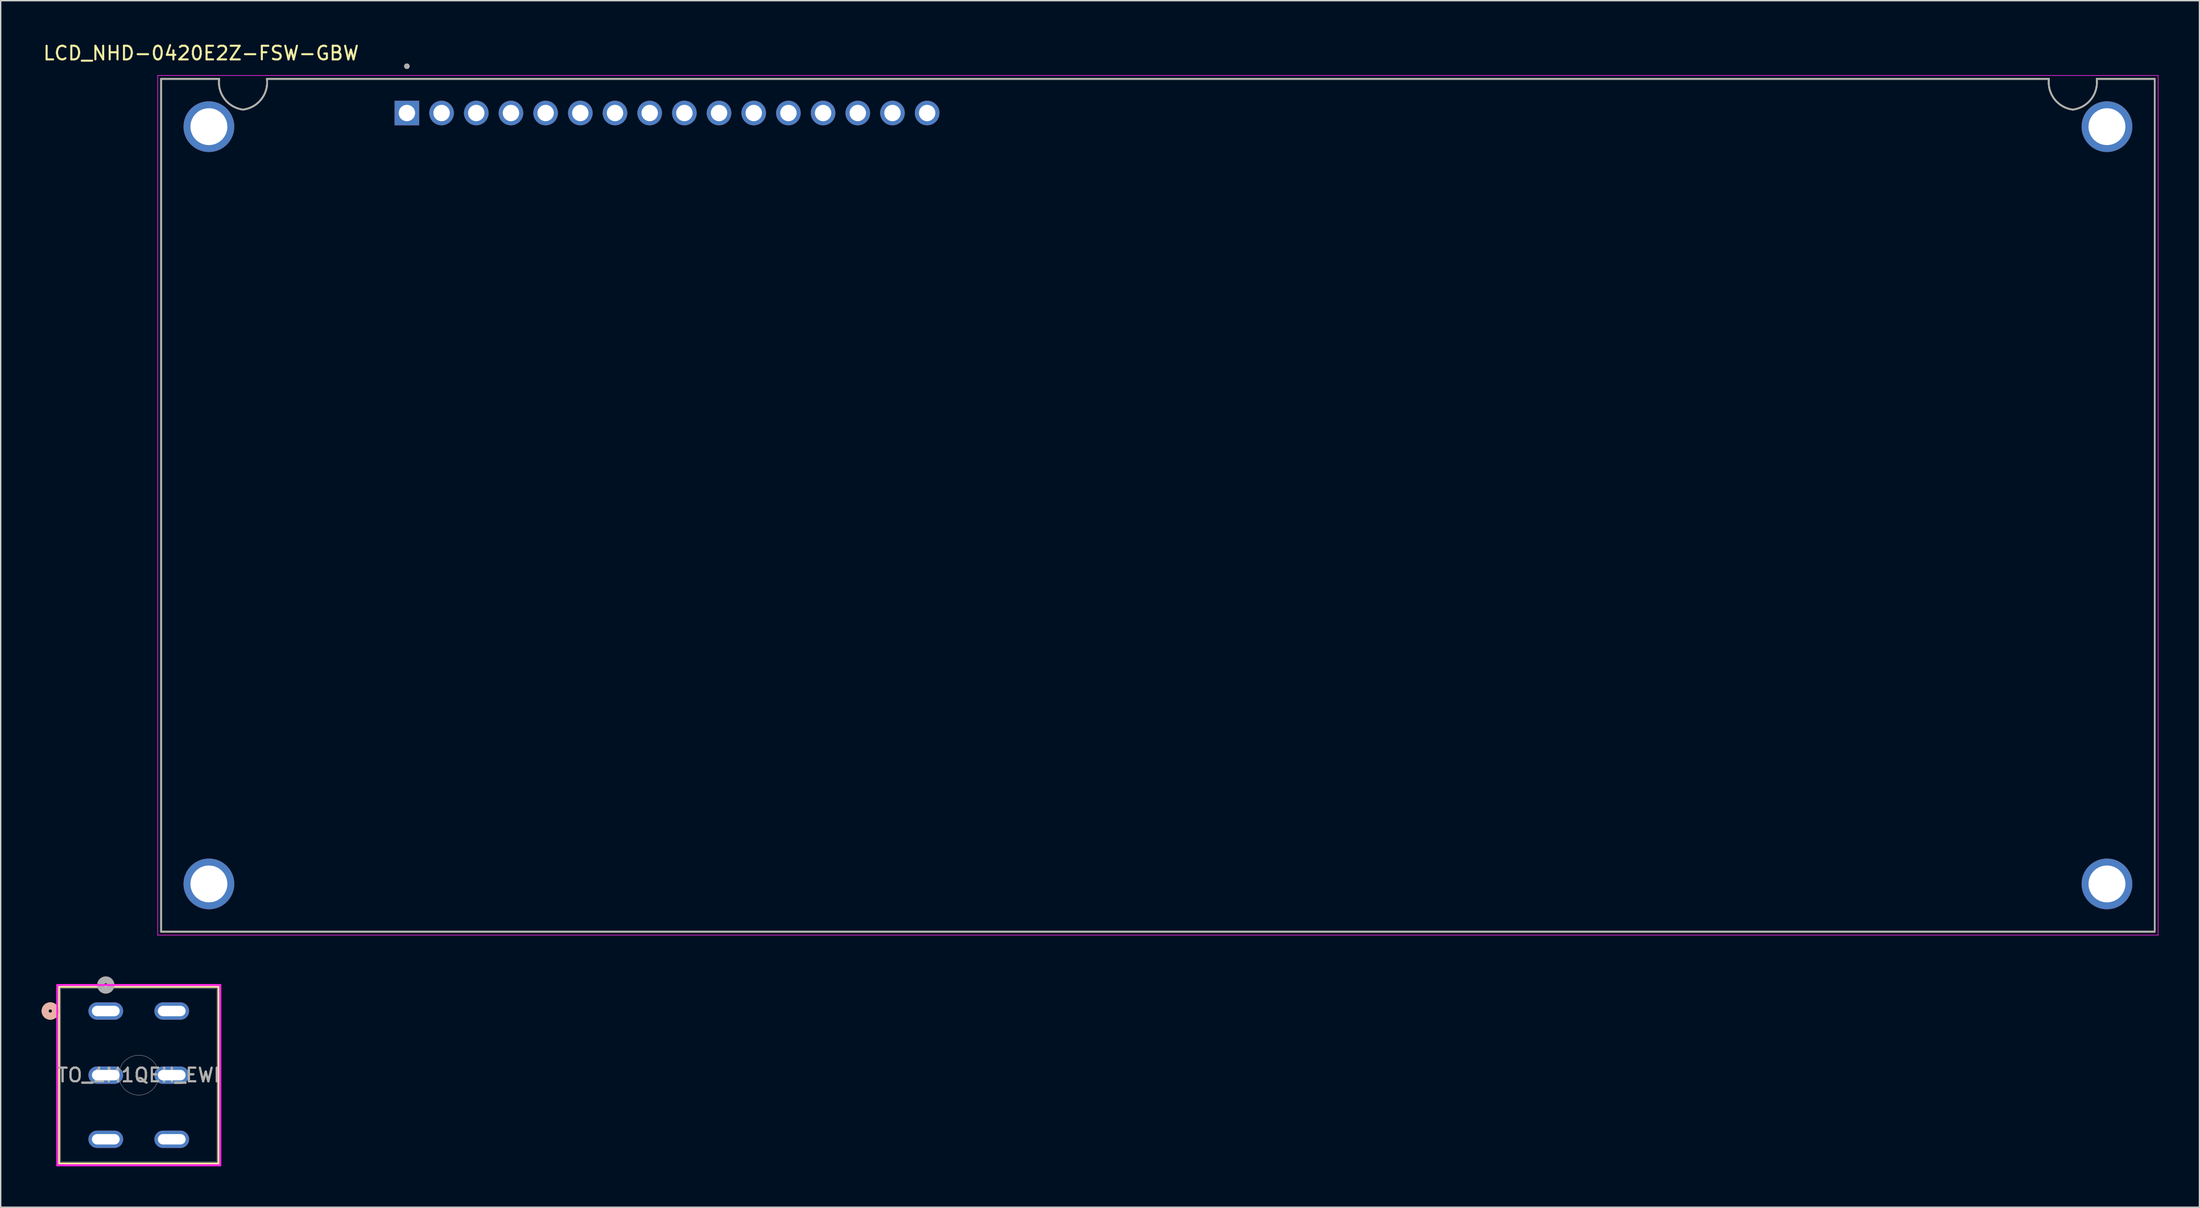
<source format=kicad_pcb>
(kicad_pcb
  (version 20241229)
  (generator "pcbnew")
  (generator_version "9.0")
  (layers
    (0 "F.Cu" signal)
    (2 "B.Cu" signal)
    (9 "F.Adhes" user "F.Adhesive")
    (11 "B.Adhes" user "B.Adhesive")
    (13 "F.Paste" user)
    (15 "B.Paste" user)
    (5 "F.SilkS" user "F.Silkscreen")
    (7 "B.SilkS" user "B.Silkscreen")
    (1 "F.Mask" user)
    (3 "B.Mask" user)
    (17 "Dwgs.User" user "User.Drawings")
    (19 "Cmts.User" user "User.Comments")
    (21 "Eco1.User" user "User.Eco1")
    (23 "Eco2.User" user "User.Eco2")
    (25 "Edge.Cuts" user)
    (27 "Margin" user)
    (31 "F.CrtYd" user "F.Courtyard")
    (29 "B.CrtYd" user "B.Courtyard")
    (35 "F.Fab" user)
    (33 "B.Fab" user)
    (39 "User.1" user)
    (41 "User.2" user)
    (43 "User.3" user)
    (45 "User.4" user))
  (footprint "LCD_NHD-0420E2Z-FSW-GBW"
    (layer "F.Cu")
    (at 81.748 33.983)
    (property "Reference" "LCD_NHD-0420E2Z-FSW-GBW" (at -70.075 -33.135 0) (layer "F.SilkS") (effects (font (size 1 1) (thickness 0.15))))
    (attr through_hole)
    (fp_line (start -73 -31.25) (end -68.75 -31.25) (stroke (width 0.127) (type solid)) (layer "F.SilkS"))
    (fp_line (start -73 31.25) (end -73 -31.25) (stroke (width 0.127) (type solid)) (layer "F.SilkS"))
    (fp_line (start -65.25 -31.25) (end 65.25 -31.25) (stroke (width 0.127) (type solid)) (layer "F.SilkS"))
    (fp_line (start 68.75 -31.25) (end 73 -31.25) (stroke (width 0.127) (type solid)) (layer "F.SilkS"))
    (fp_line (start 73 -31.25) (end 73 31.25) (stroke (width 0.127) (type solid)) (layer "F.SilkS"))
    (fp_line (start 73 31.25) (end -73 31.25) (stroke (width 0.127) (type solid)) (layer "F.SilkS"))
    (fp_arc (start -67 -29) (mid -68.34099 -29.762563) (end -68.75 -31.25) (stroke (width 0.127) (type solid)) (layer "F.SilkS"))
    (fp_arc (start -65.25 -31.25) (mid -65.65901 -29.762563) (end -67 -29) (stroke (width 0.127) (type solid)) (layer "F.SilkS"))
    (fp_arc (start 67 -29) (mid 65.65901 -29.762563) (end 65.25 -31.25) (stroke (width 0.127) (type solid)) (layer "F.SilkS"))
    (fp_arc (start 68.75 -31.25) (mid 68.34099 -29.762563) (end 67 -29) (stroke (width 0.127) (type solid)) (layer "F.SilkS"))
    (fp_circle (center -55 -32.179) (end -54.9 -32.179) (stroke (width 0.2) (type solid)) (fill no) (layer "F.SilkS"))
    (fp_line (start -73.25 -31.5) (end -73.25 31.5) (stroke (width 0.05) (type solid)) (layer "F.CrtYd"))
    (fp_line (start -73.25 31.5) (end 73.25 31.5) (stroke (width 0.05) (type solid)) (layer "F.CrtYd"))
    (fp_line (start 73.25 -31.5) (end -73.25 -31.5) (stroke (width 0.05) (type solid)) (layer "F.CrtYd"))
    (fp_line (start 73.25 31.5) (end 73.25 -31.5) (stroke (width 0.05) (type solid)) (layer "F.CrtYd"))
    (fp_line (start -73 -31.25) (end -68.75 -31.25) (stroke (width 0.127) (type solid)) (layer "F.Fab"))
    (fp_line (start -73 31.25) (end -73 -31.25) (stroke (width 0.127) (type solid)) (layer "F.Fab"))
    (fp_line (start -65.25 -31.25) (end 65.25 -31.25) (stroke (width 0.127) (type solid)) (layer "F.Fab"))
    (fp_line (start 68.75 -31.25) (end 73 -31.25) (stroke (width 0.127) (type solid)) (layer "F.Fab"))
    (fp_line (start 73 -31.25) (end 73 31.25) (stroke (width 0.127) (type solid)) (layer "F.Fab"))
    (fp_line (start 73 31.25) (end -73 31.25) (stroke (width 0.127) (type solid)) (layer "F.Fab"))
    (fp_arc (start -67 -29) (mid -68.34099 -29.762563) (end -68.75 -31.25) (stroke (width 0.127) (type solid)) (layer "F.Fab"))
    (fp_arc (start -65.25 -31.25) (mid -65.65901 -29.762563) (end -67 -29) (stroke (width 0.127) (type solid)) (layer "F.Fab"))
    (fp_arc (start 67 -29) (mid 65.65901 -29.762563) (end 65.25 -31.25) (stroke (width 0.127) (type solid)) (layer "F.Fab"))
    (fp_arc (start 68.75 -31.25) (mid 68.34099 -29.762563) (end 67 -29) (stroke (width 0.127) (type solid)) (layer "F.Fab"))
    (fp_circle (center -55 -32.179) (end -54.9 -32.179) (stroke (width 0.2) (type solid)) (fill no) (layer "F.Fab"))
    (pad "1" thru_hole rect (at -55 -28.75) (size 1.8 1.8) (drill 1.2) (layers "*.Cu" "*.Mask"))
    (pad "2" thru_hole circle (at -52.46 -28.75) (size 1.8 1.8) (drill 1.2) (layers "*.Cu" "*.Mask"))
    (pad "3" thru_hole circle (at -49.92 -28.75) (size 1.8 1.8) (drill 1.2) (layers "*.Cu" "*.Mask"))
    (pad "4" thru_hole circle (at -47.38 -28.75) (size 1.8 1.8) (drill 1.2) (layers "*.Cu" "*.Mask"))
    (pad "5" thru_hole circle (at -44.84 -28.75) (size 1.8 1.8) (drill 1.2) (layers "*.Cu" "*.Mask"))
    (pad "6" thru_hole circle (at -42.3 -28.75) (size 1.8 1.8) (drill 1.2) (layers "*.Cu" "*.Mask"))
    (pad "7" thru_hole circle (at -39.76 -28.75) (size 1.8 1.8) (drill 1.2) (layers "*.Cu" "*.Mask"))
    (pad "8" thru_hole circle (at -37.22 -28.75) (size 1.8 1.8) (drill 1.2) (layers "*.Cu" "*.Mask"))
    (pad "9" thru_hole circle (at -34.68 -28.75) (size 1.8 1.8) (drill 1.2) (layers "*.Cu" "*.Mask"))
    (pad "10" thru_hole circle (at -32.14 -28.75) (size 1.8 1.8) (drill 1.2) (layers "*.Cu" "*.Mask"))
    (pad "11" thru_hole circle (at -29.6 -28.75) (size 1.8 1.8) (drill 1.2) (layers "*.Cu" "*.Mask"))
    (pad "12" thru_hole circle (at -27.06 -28.75) (size 1.8 1.8) (drill 1.2) (layers "*.Cu" "*.Mask"))
    (pad "13" thru_hole circle (at -24.52 -28.75) (size 1.8 1.8) (drill 1.2) (layers "*.Cu" "*.Mask"))
    (pad "14" thru_hole circle (at -21.98 -28.75) (size 1.8 1.8) (drill 1.2) (layers "*.Cu" "*.Mask"))
    (pad "15" thru_hole circle (at -19.44 -28.75) (size 1.8 1.8) (drill 1.2) (layers "*.Cu" "*.Mask"))
    (pad "16" thru_hole circle (at -16.9 -28.75) (size 1.8 1.8) (drill 1.2) (layers "*.Cu" "*.Mask"))
    (pad "SH1" thru_hole circle (at -69.5 -27.75) (size 3.716 3.716) (drill 2.7) (layers "*.Cu" "*.Mask"))
    (pad "SH2" thru_hole circle (at 69.5 -27.75) (size 3.716 3.716) (drill 2.7) (layers "*.Cu" "*.Mask"))
    (pad "SH3" thru_hole circle (at -69.5 27.75) (size 3.716 3.716) (drill 2.7) (layers "*.Cu" "*.Mask"))
    (pad "SH4" thru_hole circle (at 69.5 27.75) (size 3.716 3.716) (drill 2.7) (layers "*.Cu" "*.Mask")))
  (footprint "TO_1M1QEH_EWI"
    (layer "F.Cu")
    (at 4.697 71.048)
    (property "Reference" "TO_1M1QEH_EWI" (at 2.415 4.7 0) (unlocked yes) (layer "F.SilkS") (effects (font (size 1 1) (thickness 0.15))))
    (attr through_hole)
    (fp_line (start -3.427 -1.777) (end -3.427 11.177) (stroke (width 0.152) (type solid)) (layer "F.SilkS"))
    (fp_line (start -3.427 11.177) (end 8.257 11.177) (stroke (width 0.152) (type solid)) (layer "F.SilkS"))
    (fp_line (start 8.257 -1.777) (end -3.427 -1.777) (stroke (width 0.152) (type solid)) (layer "F.SilkS"))
    (fp_line (start 8.257 11.177) (end 8.257 -1.777) (stroke (width 0.152) (type solid)) (layer "F.SilkS"))
    (fp_circle (center -4.062 0) (end -3.681 0) (stroke (width 0.508) (type solid)) (fill no) (layer "F.SilkS"))
    (fp_circle (center -4.062 0) (end -3.681 0) (stroke (width 0.508) (type solid)) (fill no) (layer "B.SilkS"))
    (fp_line (start -3.554 -1.904) (end -3.554 11.304) (stroke (width 0.152) (type solid)) (layer "F.CrtYd"))
    (fp_line (start -3.554 11.304) (end 8.384 11.304) (stroke (width 0.152) (type solid)) (layer "F.CrtYd"))
    (fp_line (start 8.384 -1.904) (end -3.554 -1.904) (stroke (width 0.152) (type solid)) (layer "F.CrtYd"))
    (fp_line (start 8.384 11.304) (end 8.384 -1.904) (stroke (width 0.152) (type solid)) (layer "F.CrtYd"))
    (fp_line (start -3.3 -1.65) (end -3.3 11.05) (stroke (width 0.025) (type solid)) (layer "F.Fab"))
    (fp_line (start -3.3 11.05) (end 8.13 11.05) (stroke (width 0.025) (type solid)) (layer "F.Fab"))
    (fp_line (start 8.13 -1.65) (end -3.3 -1.65) (stroke (width 0.025) (type solid)) (layer "F.Fab"))
    (fp_line (start 8.13 11.05) (end 8.13 -1.65) (stroke (width 0.025) (type solid)) (layer "F.Fab"))
    (fp_circle (center 0 -1.905) (end 0.381 -1.905) (stroke (width 0.508) (type solid)) (fill no) (layer "F.Fab"))
    (fp_circle (center 2.415 4.7) (end 0.955 4.7) (stroke (width 0.025) (type solid)) (fill no) (layer "F.Fab"))
    (fp_text user "${REFERENCE}" (at 2.415 4.7 0) (unlocked yes) (layer "F.Fab") (effects (font (size 1 1) (thickness 0.15))))
    (pad "" np_thru_hole oval (at 0 0) (size 2.54 1.27) (drill oval 2.032 0.762) (layers "*.Cu" "*.Mask"))
    (pad "" np_thru_hole oval (at 0 4.7) (size 2.54 1.27) (drill oval 2.032 0.762) (layers "*.Cu" "*.Mask"))
    (pad "" np_thru_hole oval (at 0 9.4) (size 2.54 1.27) (drill oval 2.032 0.762) (layers "*.Cu" "*.Mask"))
    (pad "" np_thru_hole oval (at 4.83 0) (size 2.54 1.27) (drill oval 2.032 0.762) (layers "*.Cu" "*.Mask"))
    (pad "" np_thru_hole oval (at 4.83 4.7) (size 2.54 1.27) (drill oval 2.032 0.762) (layers "*.Cu" "*.Mask"))
    (pad "" np_thru_hole oval (at 4.83 9.4) (size 2.54 1.27) (drill oval 2.032 0.762) (layers "*.Cu" "*.Mask")))
  (gr_rect
    (start -3 -3)
    (end 158.023 85.428)
    (stroke (width 0.1) (type default))
    (fill no)
    (layer "Edge.Cuts")))
</source>
